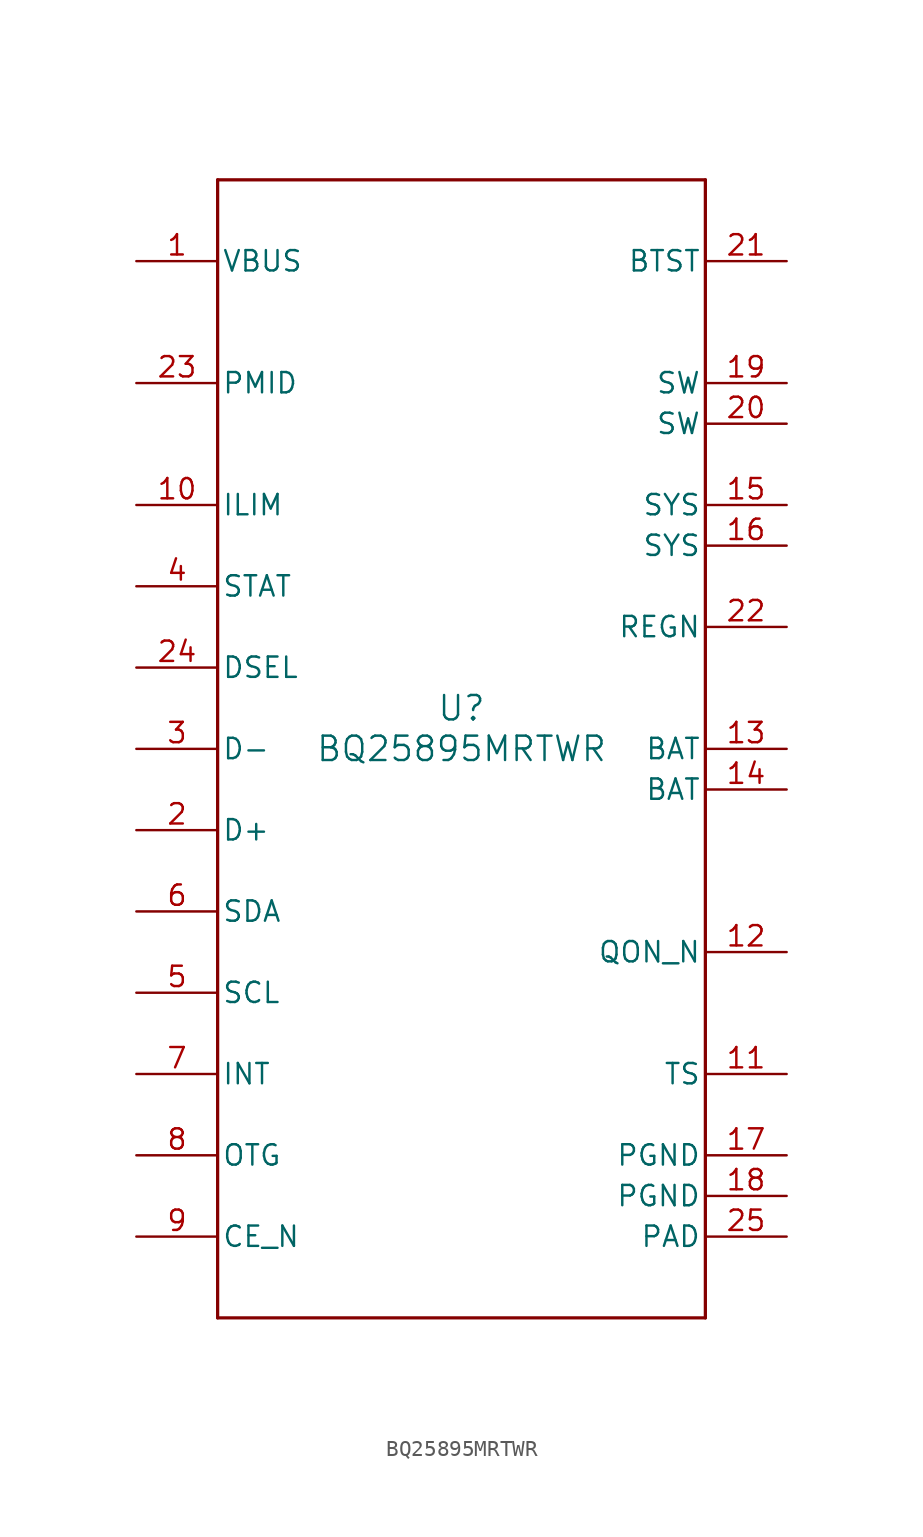
<source format=kicad_sym>
(kicad_symbol_lib
  (version 20211014)
  (generator kicad_symbol_editor)
  (symbol "BQ25895MRTWR"
    (pin_names
      (offset 0.254))
    (property "Reference" "U"
      (at 0 2.54 0)
      (effects (font (size 1.524 1.524))))
    (property "Value" "BQ25895MRTWR"
      (at 0 0 0)
      (effects (font (size 1.524 1.524))))
    (symbol "BQ25895MRTWR_0_1"
      (polyline (pts (xy -15.24 -35.56) (xy 15.24 -35.56)) (stroke (width 0.203) (type default) (color 0 0 0 0)) (fill (type none)))
      (polyline (pts (xy 15.24 -35.56) (xy 15.24 35.56)) (stroke (width 0.203) (type default) (color 0 0 0 0)) (fill (type none)))
      (polyline (pts (xy 15.24 35.56) (xy -15.24 35.56)) (stroke (width 0.203) (type default) (color 0 0 0 0)) (fill (type none)))
      (polyline (pts (xy -15.24 35.56) (xy -15.24 -35.56)) (stroke (width 0.203) (type default) (color 0 0 0 0)) (fill (type none)))
      (pin power_in line (at -20.32 30.48 0) (length 5.08) (name "VBUS" (effects (font (size 1.27 1.27)))) (number "1" (effects (font (size 1.27 1.27)))))
      (pin input line (at -20.32 -5.08 0) (length 5.08) (name "D+" (effects (font (size 1.27 1.27)))) (number "2" (effects (font (size 1.27 1.27)))))
      (pin input line (at -20.32 0 0) (length 5.08) (name "D-" (effects (font (size 1.27 1.27)))) (number "3" (effects (font (size 1.27 1.27)))))
      (pin open_collector line (at -20.32 10.16 0) (length 5.08) (name "STAT" (effects (font (size 1.27 1.27)))) (number "4" (effects (font (size 1.27 1.27)))))
      (pin input line (at -20.32 -15.24 0) (length 5.08) (name "SCL" (effects (font (size 1.27 1.27)))) (number "5" (effects (font (size 1.27 1.27)))))
      (pin bidirectional line (at -20.32 -10.16 0) (length 5.08) (name "SDA" (effects (font (size 1.27 1.27)))) (number "6" (effects (font (size 1.27 1.27)))))
      (pin bidirectional line (at -20.32 -20.32 0) (length 5.08) (name "INT" (effects (font (size 1.27 1.27)))) (number "7" (effects (font (size 1.27 1.27)))))
      (pin input line (at -20.32 -25.4 0) (length 5.08) (name "OTG" (effects (font (size 1.27 1.27)))) (number "8" (effects (font (size 1.27 1.27)))))
      (pin input line (at -20.32 -30.48 0) (length 5.08) (name "CE_N" (effects (font (size 1.27 1.27)))) (number "9" (effects (font (size 1.27 1.27)))))
      (pin input line (at -20.32 15.24 0) (length 5.08) (name "ILIM" (effects (font (size 1.27 1.27)))) (number "10" (effects (font (size 1.27 1.27)))))
      (pin input line (at 20.32 -20.32 180) (length 5.08) (name "TS" (effects (font (size 1.27 1.27)))) (number "11" (effects (font (size 1.27 1.27)))))
      (pin input line (at 20.32 -12.7 180) (length 5.08) (name "QON_N" (effects (font (size 1.27 1.27)))) (number "12" (effects (font (size 1.27 1.27)))))
      (pin power_in line (at 20.32 0 180) (length 5.08) (name "BAT" (effects (font (size 1.27 1.27)))) (number "13" (effects (font (size 1.27 1.27)))))
      (pin power_in line (at 20.32 -2.54 180) (length 5.08) (name "BAT" (effects (font (size 1.27 1.27)))) (number "14" (effects (font (size 1.27 1.27)))))
      (pin input line (at 20.32 15.24 180) (length 5.08) (name "SYS" (effects (font (size 1.27 1.27)))) (number "15" (effects (font (size 1.27 1.27)))))
      (pin input line (at 20.32 12.7 180) (length 5.08) (name "SYS" (effects (font (size 1.27 1.27)))) (number "16" (effects (font (size 1.27 1.27)))))
      (pin power_in line (at 20.32 -25.4 180) (length 5.08) (name "PGND" (effects (font (size 1.27 1.27)))) (number "17" (effects (font (size 1.27 1.27)))))
      (pin power_in line (at 20.32 -27.94 180) (length 5.08) (name "PGND" (effects (font (size 1.27 1.27)))) (number "18" (effects (font (size 1.27 1.27)))))
      (pin power_in line (at 20.32 22.86 180) (length 5.08) (name "SW" (effects (font (size 1.27 1.27)))) (number "19" (effects (font (size 1.27 1.27)))))
      (pin power_in line (at 20.32 20.32 180) (length 5.08) (name "SW" (effects (font (size 1.27 1.27)))) (number "20" (effects (font (size 1.27 1.27)))))
      (pin power_in line (at 20.32 30.48 180) (length 5.08) (name "BTST" (effects (font (size 1.27 1.27)))) (number "21" (effects (font (size 1.27 1.27)))))
      (pin power_in line (at 20.32 7.62 180) (length 5.08) (name "REGN" (effects (font (size 1.27 1.27)))) (number "22" (effects (font (size 1.27 1.27)))))
      (pin output line (at -20.32 22.86 0) (length 5.08) (name "PMID" (effects (font (size 1.27 1.27)))) (number "23" (effects (font (size 1.27 1.27)))))
      (pin output line (at -20.32 5.08 0) (length 5.08) (name "DSEL" (effects (font (size 1.27 1.27)))) (number "24" (effects (font (size 1.27 1.27)))))
      (pin power_in line (at 20.32 -30.48 180) (length 5.08) (name "PAD" (effects (font (size 1.27 1.27)))) (number "25" (effects (font (size 1.27 1.27))))))))
</source>
